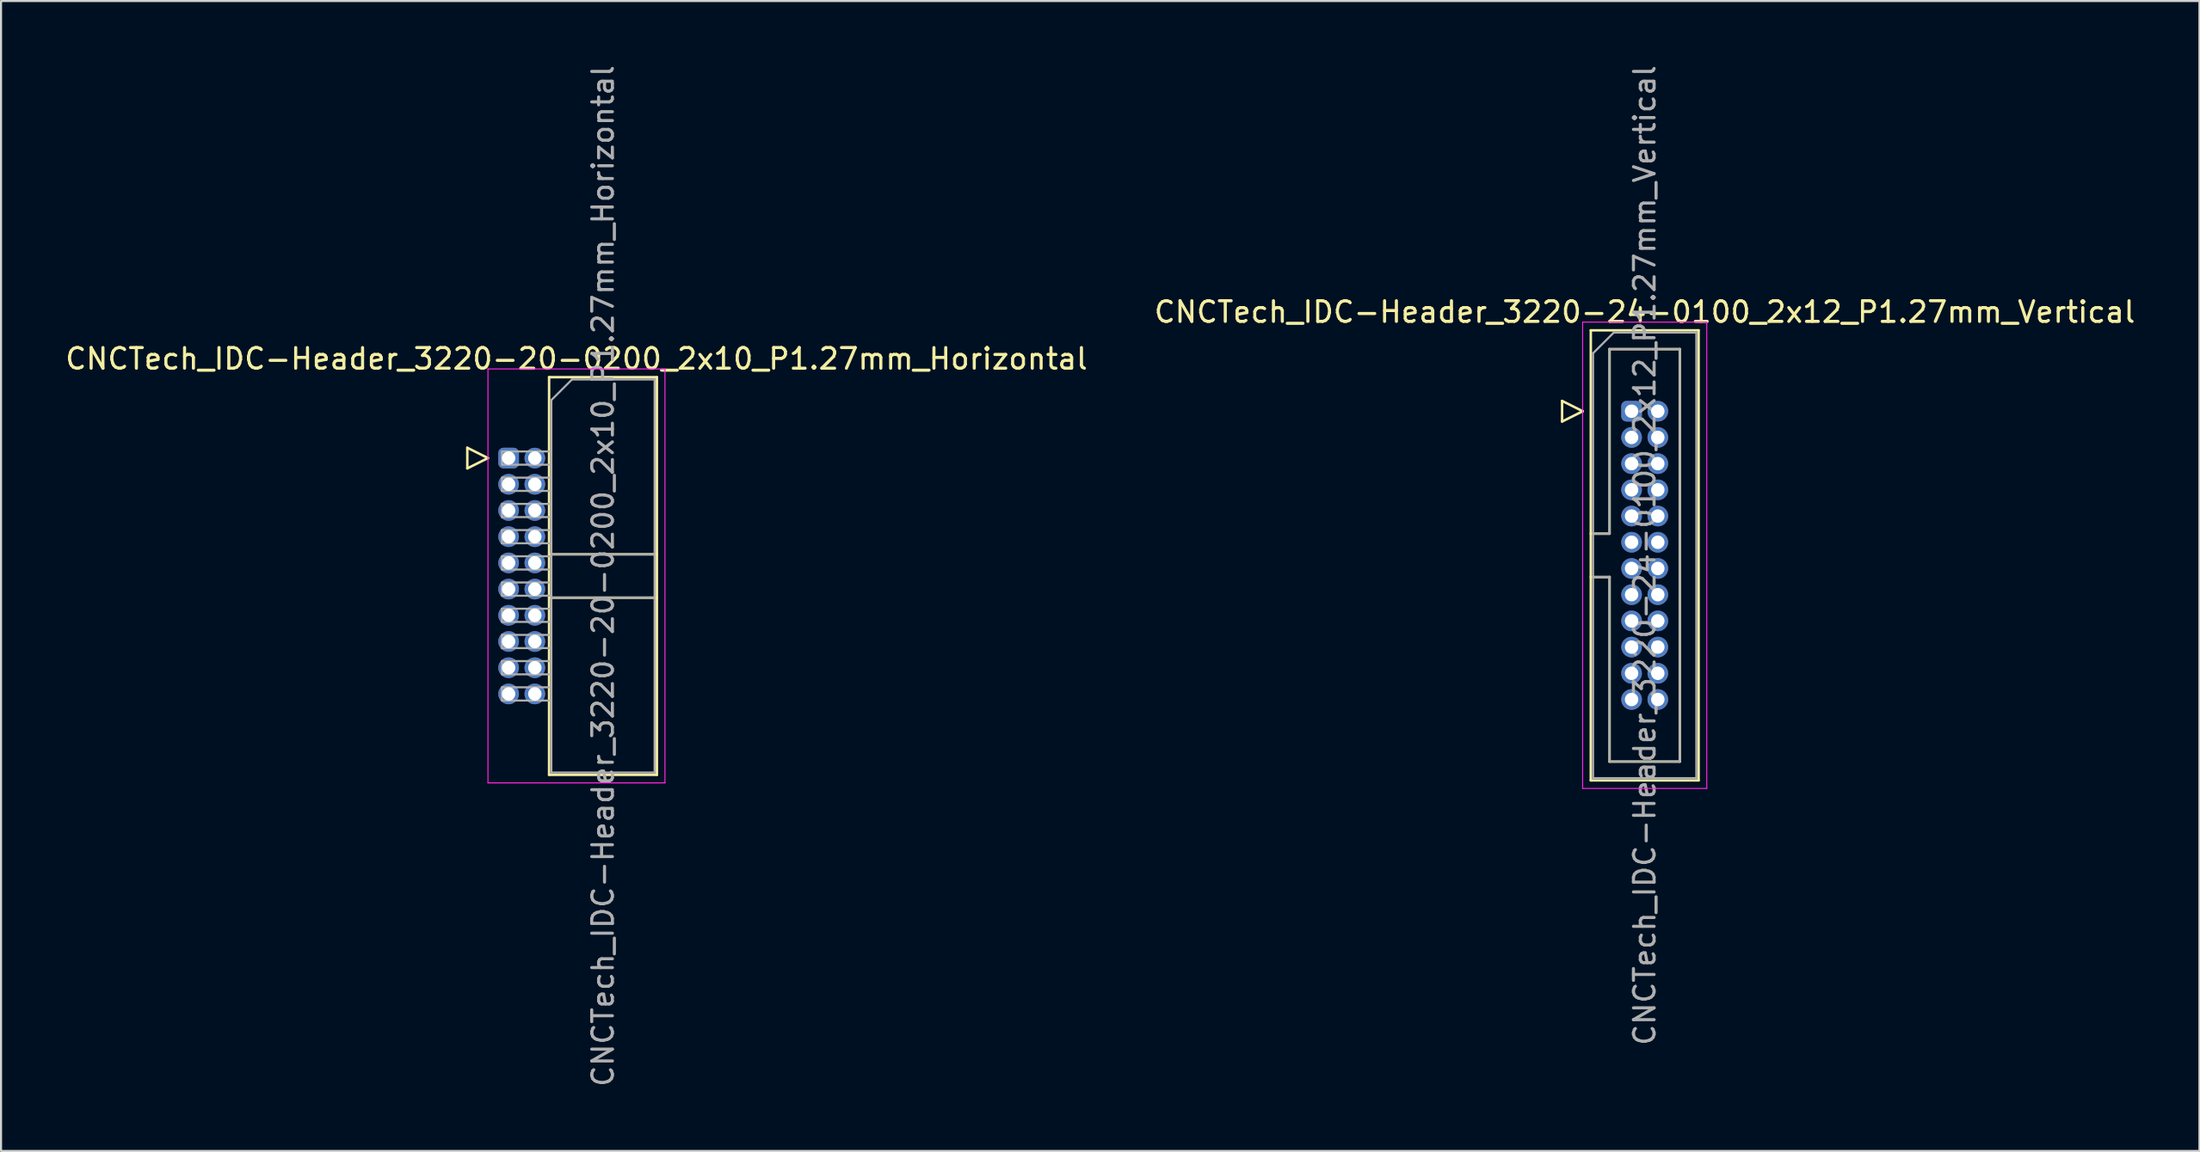
<source format=kicad_pcb>
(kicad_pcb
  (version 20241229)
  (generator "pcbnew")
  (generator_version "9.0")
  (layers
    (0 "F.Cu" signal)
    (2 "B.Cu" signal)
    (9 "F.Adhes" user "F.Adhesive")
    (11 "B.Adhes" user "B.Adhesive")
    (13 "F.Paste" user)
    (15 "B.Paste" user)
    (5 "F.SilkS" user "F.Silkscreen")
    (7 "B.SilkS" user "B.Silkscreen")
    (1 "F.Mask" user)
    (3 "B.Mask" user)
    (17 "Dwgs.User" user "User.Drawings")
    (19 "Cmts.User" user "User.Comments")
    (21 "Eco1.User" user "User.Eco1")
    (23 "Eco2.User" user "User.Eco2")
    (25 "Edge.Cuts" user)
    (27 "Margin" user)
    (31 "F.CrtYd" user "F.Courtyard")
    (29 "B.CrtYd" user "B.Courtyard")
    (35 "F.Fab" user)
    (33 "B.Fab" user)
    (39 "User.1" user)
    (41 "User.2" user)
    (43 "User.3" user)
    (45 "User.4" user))
  (footprint "CNCTech_IDC-Header_3220-24-0100_2x12_P1.27mm_Vertical"
    (layer "F.Cu")
    (at 75.954 16.878)
    (property "Reference" "CNCTech_IDC-Header_3220-24-0100_2x12_P1.27mm_Vertical" (at 0.635 -4.81 0) (layer "F.SilkS") (effects (font (size 1 1) (thickness 0.15))))
    (attr through_hole)
    (fp_line (start -3.365 -0.5) (end -3.365 0.5) (stroke (width 0.12) (type solid)) (layer "F.SilkS"))
    (fp_line (start -3.365 0.5) (end -2.365 0) (stroke (width 0.12) (type solid)) (layer "F.SilkS"))
    (fp_line (start -2.365 0) (end -3.365 -0.5) (stroke (width 0.12) (type solid)) (layer "F.SilkS"))
    (fp_line (start -1.975 -3.92) (end 3.245 -3.92) (stroke (width 0.12) (type solid)) (layer "F.SilkS"))
    (fp_line (start -1.975 5.935) (end -1.065 5.935) (stroke (width 0.12) (type solid)) (layer "F.SilkS"))
    (fp_line (start -1.975 17.89) (end -1.975 -3.92) (stroke (width 0.12) (type solid)) (layer "F.SilkS"))
    (fp_line (start -1.065 -3.01) (end 2.335 -3.01) (stroke (width 0.12) (type solid)) (layer "F.SilkS"))
    (fp_line (start -1.065 5.935) (end -1.065 -3.01) (stroke (width 0.12) (type solid)) (layer "F.SilkS"))
    (fp_line (start -1.065 8.035) (end -1.975 8.035) (stroke (width 0.12) (type solid)) (layer "F.SilkS"))
    (fp_line (start -1.065 8.035) (end -1.065 8.035) (stroke (width 0.12) (type solid)) (layer "F.SilkS"))
    (fp_line (start -1.065 16.98) (end -1.065 8.035) (stroke (width 0.12) (type solid)) (layer "F.SilkS"))
    (fp_line (start 2.335 -3.01) (end 2.335 16.98) (stroke (width 0.12) (type solid)) (layer "F.SilkS"))
    (fp_line (start 2.335 16.98) (end -1.065 16.98) (stroke (width 0.12) (type solid)) (layer "F.SilkS"))
    (fp_line (start 3.245 -3.92) (end 3.245 17.89) (stroke (width 0.12) (type solid)) (layer "F.SilkS"))
    (fp_line (start 3.245 17.89) (end -1.975 17.89) (stroke (width 0.12) (type solid)) (layer "F.SilkS"))
    (fp_line (start -2.37 -4.32) (end -2.37 18.28) (stroke (width 0.05) (type solid)) (layer "F.CrtYd"))
    (fp_line (start -2.37 18.28) (end 3.64 18.28) (stroke (width 0.05) (type solid)) (layer "F.CrtYd"))
    (fp_line (start 3.64 -4.32) (end -2.37 -4.32) (stroke (width 0.05) (type solid)) (layer "F.CrtYd"))
    (fp_line (start 3.64 18.28) (end 3.64 -4.32) (stroke (width 0.05) (type solid)) (layer "F.CrtYd"))
    (fp_line (start -1.865 -2.81) (end -0.865 -3.81) (stroke (width 0.1) (type solid)) (layer "F.Fab"))
    (fp_line (start -1.865 5.935) (end -1.065 5.935) (stroke (width 0.1) (type solid)) (layer "F.Fab"))
    (fp_line (start -1.865 17.78) (end -1.865 -2.81) (stroke (width 0.1) (type solid)) (layer "F.Fab"))
    (fp_line (start -1.065 -3.01) (end 2.335 -3.01) (stroke (width 0.1) (type solid)) (layer "F.Fab"))
    (fp_line (start -1.065 5.935) (end -1.065 -3.01) (stroke (width 0.1) (type solid)) (layer "F.Fab"))
    (fp_line (start -1.065 8.035) (end -1.865 8.035) (stroke (width 0.1) (type solid)) (layer "F.Fab"))
    (fp_line (start -1.065 8.035) (end -1.065 8.035) (stroke (width 0.1) (type solid)) (layer "F.Fab"))
    (fp_line (start -1.065 16.98) (end -1.065 8.035) (stroke (width 0.1) (type solid)) (layer "F.Fab"))
    (fp_line (start -0.865 -3.81) (end 3.135 -3.81) (stroke (width 0.1) (type solid)) (layer "F.Fab"))
    (fp_line (start 2.335 -3.01) (end 2.335 16.98) (stroke (width 0.1) (type solid)) (layer "F.Fab"))
    (fp_line (start 2.335 16.98) (end -1.065 16.98) (stroke (width 0.1) (type solid)) (layer "F.Fab"))
    (fp_line (start 3.135 -3.81) (end 3.135 17.78) (stroke (width 0.1) (type solid)) (layer "F.Fab"))
    (fp_line (start 3.135 17.78) (end -1.865 17.78) (stroke (width 0.1) (type solid)) (layer "F.Fab"))
    (fp_text user "${REFERENCE}" (at 0.635 6.985 90) (layer "F.Fab") (effects (font (size 1 1) (thickness 0.15))))
    (pad "1" thru_hole roundrect (at 0 0) (size 1 1) (drill 0.65) (layers "*.Cu" "*.Mask") (roundrect_rratio 0.25))
    (pad "2" thru_hole circle (at 1.27 0) (size 1 1) (drill 0.65) (layers "*.Cu" "*.Mask"))
    (pad "3" thru_hole circle (at 0 1.27) (size 1 1) (drill 0.65) (layers "*.Cu" "*.Mask"))
    (pad "4" thru_hole circle (at 1.27 1.27) (size 1 1) (drill 0.65) (layers "*.Cu" "*.Mask"))
    (pad "5" thru_hole circle (at 0 2.54) (size 1 1) (drill 0.65) (layers "*.Cu" "*.Mask"))
    (pad "6" thru_hole circle (at 1.27 2.54) (size 1 1) (drill 0.65) (layers "*.Cu" "*.Mask"))
    (pad "7" thru_hole circle (at 0 3.81) (size 1 1) (drill 0.65) (layers "*.Cu" "*.Mask"))
    (pad "8" thru_hole circle (at 1.27 3.81) (size 1 1) (drill 0.65) (layers "*.Cu" "*.Mask"))
    (pad "9" thru_hole circle (at 0 5.08) (size 1 1) (drill 0.65) (layers "*.Cu" "*.Mask"))
    (pad "10" thru_hole circle (at 1.27 5.08) (size 1 1) (drill 0.65) (layers "*.Cu" "*.Mask"))
    (pad "11" thru_hole circle (at 0 6.35) (size 1 1) (drill 0.65) (layers "*.Cu" "*.Mask"))
    (pad "12" thru_hole circle (at 1.27 6.35) (size 1 1) (drill 0.65) (layers "*.Cu" "*.Mask"))
    (pad "13" thru_hole circle (at 0 7.62) (size 1 1) (drill 0.65) (layers "*.Cu" "*.Mask"))
    (pad "14" thru_hole circle (at 1.27 7.62) (size 1 1) (drill 0.65) (layers "*.Cu" "*.Mask"))
    (pad "15" thru_hole circle (at 0 8.89) (size 1 1) (drill 0.65) (layers "*.Cu" "*.Mask"))
    (pad "16" thru_hole circle (at 1.27 8.89) (size 1 1) (drill 0.65) (layers "*.Cu" "*.Mask"))
    (pad "17" thru_hole circle (at 0 10.16) (size 1 1) (drill 0.65) (layers "*.Cu" "*.Mask"))
    (pad "18" thru_hole circle (at 1.27 10.16) (size 1 1) (drill 0.65) (layers "*.Cu" "*.Mask"))
    (pad "19" thru_hole circle (at 0 11.43) (size 1 1) (drill 0.65) (layers "*.Cu" "*.Mask"))
    (pad "20" thru_hole circle (at 1.27 11.43) (size 1 1) (drill 0.65) (layers "*.Cu" "*.Mask"))
    (pad "21" thru_hole circle (at 0 12.7) (size 1 1) (drill 0.65) (layers "*.Cu" "*.Mask"))
    (pad "22" thru_hole circle (at 1.27 12.7) (size 1 1) (drill 0.65) (layers "*.Cu" "*.Mask"))
    (pad "23" thru_hole circle (at 0 13.97) (size 1 1) (drill 0.65) (layers "*.Cu" "*.Mask"))
    (pad "24" thru_hole circle (at 1.27 13.97) (size 1 1) (drill 0.65) (layers "*.Cu" "*.Mask")))
  (footprint "CNCTech_IDC-Header_3220-20-0200_2x10_P1.27mm_Horizontal"
    (layer "F.Cu")
    (at 21.578 19.148)
    (property "Reference" "CNCTech_IDC-Header_3220-20-0200_2x10_P1.27mm_Horizontal" (at 3.285 -4.81 0) (layer "F.SilkS") (effects (font (size 1 1) (thickness 0.15))))
    (attr through_hole)
    (fp_line (start -2 -0.5) (end -2 0.5) (stroke (width 0.12) (type solid)) (layer "F.SilkS"))
    (fp_line (start -2 0.5) (end -1 0) (stroke (width 0.12) (type solid)) (layer "F.SilkS"))
    (fp_line (start -1 0) (end -2 -0.5) (stroke (width 0.12) (type solid)) (layer "F.SilkS"))
    (fp_line (start 1.96 -3.92) (end 7.18 -3.92) (stroke (width 0.12) (type solid)) (layer "F.SilkS"))
    (fp_line (start 1.96 4.665) (end 7.18 4.665) (stroke (width 0.12) (type solid)) (layer "F.SilkS"))
    (fp_line (start 1.96 6.765) (end 7.18 6.765) (stroke (width 0.12) (type solid)) (layer "F.SilkS"))
    (fp_line (start 1.96 15.35) (end 1.96 -3.92) (stroke (width 0.12) (type solid)) (layer "F.SilkS"))
    (fp_line (start 7.18 -3.92) (end 7.18 15.35) (stroke (width 0.12) (type solid)) (layer "F.SilkS"))
    (fp_line (start 7.18 15.35) (end 1.96 15.35) (stroke (width 0.12) (type solid)) (layer "F.SilkS"))
    (fp_line (start -1 -4.32) (end -1 15.74) (stroke (width 0.05) (type solid)) (layer "F.CrtYd"))
    (fp_line (start -1 15.74) (end 7.57 15.74) (stroke (width 0.05) (type solid)) (layer "F.CrtYd"))
    (fp_line (start 7.57 -4.32) (end -1 -4.32) (stroke (width 0.05) (type solid)) (layer "F.CrtYd"))
    (fp_line (start 7.57 15.74) (end 7.57 -4.32) (stroke (width 0.05) (type solid)) (layer "F.CrtYd"))
    (fp_line (start -0.32 -0.32) (end -0.32 0.32) (stroke (width 0.1) (type solid)) (layer "F.Fab"))
    (fp_line (start -0.32 0.32) (end 2.07 0.32) (stroke (width 0.1) (type solid)) (layer "F.Fab"))
    (fp_line (start -0.32 0.95) (end -0.32 1.59) (stroke (width 0.1) (type solid)) (layer "F.Fab"))
    (fp_line (start -0.32 1.59) (end 2.07 1.59) (stroke (width 0.1) (type solid)) (layer "F.Fab"))
    (fp_line (start -0.32 2.22) (end -0.32 2.86) (stroke (width 0.1) (type solid)) (layer "F.Fab"))
    (fp_line (start -0.32 2.86) (end 2.07 2.86) (stroke (width 0.1) (type solid)) (layer "F.Fab"))
    (fp_line (start -0.32 3.49) (end -0.32 4.13) (stroke (width 0.1) (type solid)) (layer "F.Fab"))
    (fp_line (start -0.32 4.13) (end 2.07 4.13) (stroke (width 0.1) (type solid)) (layer "F.Fab"))
    (fp_line (start -0.32 4.76) (end -0.32 5.4) (stroke (width 0.1) (type solid)) (layer "F.Fab"))
    (fp_line (start -0.32 5.4) (end 2.07 5.4) (stroke (width 0.1) (type solid)) (layer "F.Fab"))
    (fp_line (start -0.32 6.03) (end -0.32 6.67) (stroke (width 0.1) (type solid)) (layer "F.Fab"))
    (fp_line (start -0.32 6.67) (end 2.07 6.67) (stroke (width 0.1) (type solid)) (layer "F.Fab"))
    (fp_line (start -0.32 7.3) (end -0.32 7.94) (stroke (width 0.1) (type solid)) (layer "F.Fab"))
    (fp_line (start -0.32 7.94) (end 2.07 7.94) (stroke (width 0.1) (type solid)) (layer "F.Fab"))
    (fp_line (start -0.32 8.57) (end -0.32 9.21) (stroke (width 0.1) (type solid)) (layer "F.Fab"))
    (fp_line (start -0.32 9.21) (end 2.07 9.21) (stroke (width 0.1) (type solid)) (layer "F.Fab"))
    (fp_line (start -0.32 9.84) (end -0.32 10.48) (stroke (width 0.1) (type solid)) (layer "F.Fab"))
    (fp_line (start -0.32 10.48) (end 2.07 10.48) (stroke (width 0.1) (type solid)) (layer "F.Fab"))
    (fp_line (start -0.32 11.11) (end -0.32 11.75) (stroke (width 0.1) (type solid)) (layer "F.Fab"))
    (fp_line (start -0.32 11.75) (end 2.07 11.75) (stroke (width 0.1) (type solid)) (layer "F.Fab"))
    (fp_line (start 2.07 -2.81) (end 3.07 -3.81) (stroke (width 0.1) (type solid)) (layer "F.Fab"))
    (fp_line (start 2.07 -0.32) (end -0.32 -0.32) (stroke (width 0.1) (type solid)) (layer "F.Fab"))
    (fp_line (start 2.07 0.95) (end -0.32 0.95) (stroke (width 0.1) (type solid)) (layer "F.Fab"))
    (fp_line (start 2.07 2.22) (end -0.32 2.22) (stroke (width 0.1) (type solid)) (layer "F.Fab"))
    (fp_line (start 2.07 3.49) (end -0.32 3.49) (stroke (width 0.1) (type solid)) (layer "F.Fab"))
    (fp_line (start 2.07 4.665) (end 7.07 4.665) (stroke (width 0.1) (type solid)) (layer "F.Fab"))
    (fp_line (start 2.07 4.76) (end -0.32 4.76) (stroke (width 0.1) (type solid)) (layer "F.Fab"))
    (fp_line (start 2.07 6.03) (end -0.32 6.03) (stroke (width 0.1) (type solid)) (layer "F.Fab"))
    (fp_line (start 2.07 6.765) (end 7.07 6.765) (stroke (width 0.1) (type solid)) (layer "F.Fab"))
    (fp_line (start 2.07 7.3) (end -0.32 7.3) (stroke (width 0.1) (type solid)) (layer "F.Fab"))
    (fp_line (start 2.07 8.57) (end -0.32 8.57) (stroke (width 0.1) (type solid)) (layer "F.Fab"))
    (fp_line (start 2.07 9.84) (end -0.32 9.84) (stroke (width 0.1) (type solid)) (layer "F.Fab"))
    (fp_line (start 2.07 11.11) (end -0.32 11.11) (stroke (width 0.1) (type solid)) (layer "F.Fab"))
    (fp_line (start 2.07 15.24) (end 2.07 -2.81) (stroke (width 0.1) (type solid)) (layer "F.Fab"))
    (fp_line (start 3.07 -3.81) (end 7.07 -3.81) (stroke (width 0.1) (type solid)) (layer "F.Fab"))
    (fp_line (start 7.07 -3.81) (end 7.07 15.24) (stroke (width 0.1) (type solid)) (layer "F.Fab"))
    (fp_line (start 7.07 15.24) (end 2.07 15.24) (stroke (width 0.1) (type solid)) (layer "F.Fab"))
    (fp_text user "${REFERENCE}" (at 4.57 5.715 90) (layer "F.Fab") (effects (font (size 1 1) (thickness 0.15))))
    (pad "1" thru_hole roundrect (at 0 0) (size 1 1) (drill 0.65) (layers "*.Cu" "*.Mask") (roundrect_rratio 0.25))
    (pad "2" thru_hole circle (at 1.27 0) (size 1 1) (drill 0.65) (layers "*.Cu" "*.Mask"))
    (pad "3" thru_hole circle (at 0 1.27) (size 1 1) (drill 0.65) (layers "*.Cu" "*.Mask"))
    (pad "4" thru_hole circle (at 1.27 1.27) (size 1 1) (drill 0.65) (layers "*.Cu" "*.Mask"))
    (pad "5" thru_hole circle (at 0 2.54) (size 1 1) (drill 0.65) (layers "*.Cu" "*.Mask"))
    (pad "6" thru_hole circle (at 1.27 2.54) (size 1 1) (drill 0.65) (layers "*.Cu" "*.Mask"))
    (pad "7" thru_hole circle (at 0 3.81) (size 1 1) (drill 0.65) (layers "*.Cu" "*.Mask"))
    (pad "8" thru_hole circle (at 1.27 3.81) (size 1 1) (drill 0.65) (layers "*.Cu" "*.Mask"))
    (pad "9" thru_hole circle (at 0 5.08) (size 1 1) (drill 0.65) (layers "*.Cu" "*.Mask"))
    (pad "10" thru_hole circle (at 1.27 5.08) (size 1 1) (drill 0.65) (layers "*.Cu" "*.Mask"))
    (pad "11" thru_hole circle (at 0 6.35) (size 1 1) (drill 0.65) (layers "*.Cu" "*.Mask"))
    (pad "12" thru_hole circle (at 1.27 6.35) (size 1 1) (drill 0.65) (layers "*.Cu" "*.Mask"))
    (pad "13" thru_hole circle (at 0 7.62) (size 1 1) (drill 0.65) (layers "*.Cu" "*.Mask"))
    (pad "14" thru_hole circle (at 1.27 7.62) (size 1 1) (drill 0.65) (layers "*.Cu" "*.Mask"))
    (pad "15" thru_hole circle (at 0 8.89) (size 1 1) (drill 0.65) (layers "*.Cu" "*.Mask"))
    (pad "16" thru_hole circle (at 1.27 8.89) (size 1 1) (drill 0.65) (layers "*.Cu" "*.Mask"))
    (pad "17" thru_hole circle (at 0 10.16) (size 1 1) (drill 0.65) (layers "*.Cu" "*.Mask"))
    (pad "18" thru_hole circle (at 1.27 10.16) (size 1 1) (drill 0.65) (layers "*.Cu" "*.Mask"))
    (pad "19" thru_hole circle (at 0 11.43) (size 1 1) (drill 0.65) (layers "*.Cu" "*.Mask"))
    (pad "20" thru_hole circle (at 1.27 11.43) (size 1 1) (drill 0.65) (layers "*.Cu" "*.Mask")))
  (gr_rect
    (start -3 -3)
    (end 103.452 52.726)
    (stroke (width 0.1) (type default))
    (fill no)
    (layer "Edge.Cuts")))
</source>
